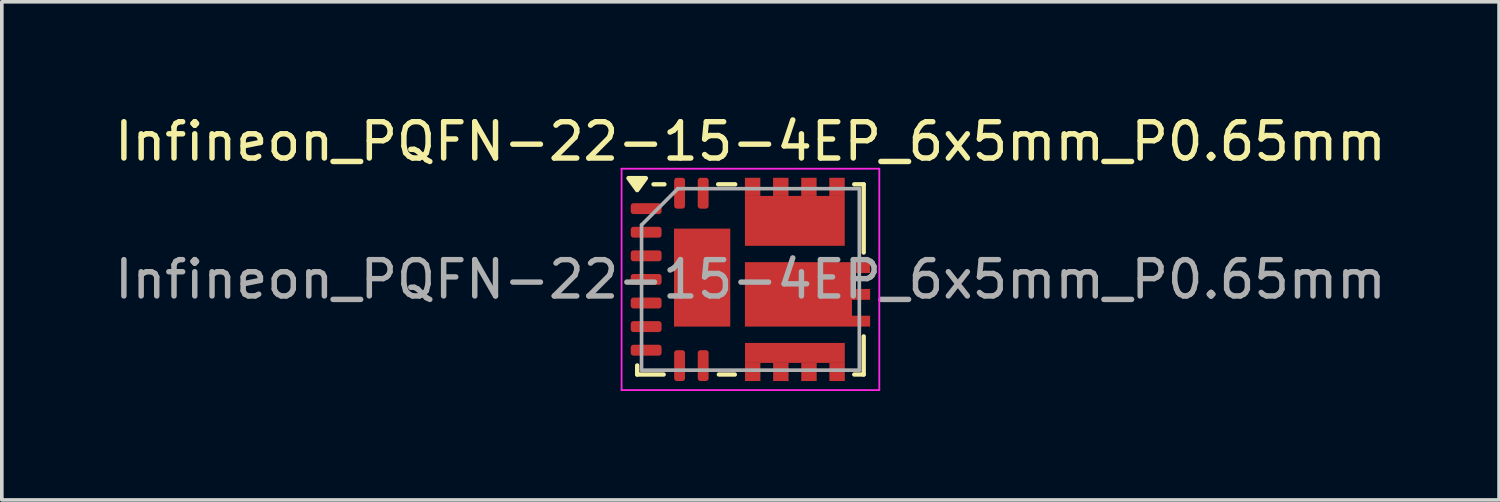
<source format=kicad_pcb>
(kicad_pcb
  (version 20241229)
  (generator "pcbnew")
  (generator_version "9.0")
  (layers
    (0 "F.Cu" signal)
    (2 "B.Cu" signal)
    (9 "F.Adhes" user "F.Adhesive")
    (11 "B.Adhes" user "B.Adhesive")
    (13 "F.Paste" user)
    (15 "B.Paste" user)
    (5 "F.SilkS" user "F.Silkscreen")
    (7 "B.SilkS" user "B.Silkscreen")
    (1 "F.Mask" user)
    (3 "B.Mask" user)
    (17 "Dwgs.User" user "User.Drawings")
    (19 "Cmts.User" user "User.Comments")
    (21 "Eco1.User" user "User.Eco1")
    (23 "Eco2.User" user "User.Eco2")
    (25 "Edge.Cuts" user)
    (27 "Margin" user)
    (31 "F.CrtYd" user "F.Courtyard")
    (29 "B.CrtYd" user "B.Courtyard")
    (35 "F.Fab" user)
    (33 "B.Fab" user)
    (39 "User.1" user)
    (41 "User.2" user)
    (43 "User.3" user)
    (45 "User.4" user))
  (footprint "Infineon_PQFN-22-15-4EP_6x5mm_P0.65mm"
    (layer "F.Cu")
    (at 17.625 4.648)
    (property "Reference" "Infineon_PQFN-22-15-4EP_6x5mm_P0.65mm" (at 0 -3.8 0) (layer "F.SilkS") (effects (font (size 1 1) (thickness 0.15))))
    (attr smd)
    (fp_line (start -3.12 2.62) (end -3.12 2.37) (stroke (width 0.12) (type solid)) (layer "F.SilkS"))
    (fp_line (start -2.39 2.62) (end -3.12 2.62) (stroke (width 0.12) (type solid)) (layer "F.SilkS"))
    (fp_line (start -2.37 -2.62) (end -2.67 -2.62) (stroke (width 0.12) (type solid)) (layer "F.SilkS"))
    (fp_line (start -0.89 -2.62) (end -0.42 -2.62) (stroke (width 0.12) (type solid)) (layer "F.SilkS"))
    (fp_line (start -0.87 2.62) (end -0.43 2.62) (stroke (width 0.12) (type solid)) (layer "F.SilkS"))
    (fp_line (start 3.12 -2.62) (end 2.86 -2.62) (stroke (width 0.12) (type solid)) (layer "F.SilkS"))
    (fp_line (start 3.12 -2.62) (end 3.12 -0.74) (stroke (width 0.12) (type solid)) (layer "F.SilkS"))
    (fp_line (start 3.12 1.57) (end 3.12 2.62) (stroke (width 0.12) (type solid)) (layer "F.SilkS"))
    (fp_line (start 3.12 2.62) (end 2.86 2.62) (stroke (width 0.12) (type solid)) (layer "F.SilkS"))
    (fp_poly (pts (xy -3.12 -2.46) (xy -3.36 -2.79) (xy -2.88 -2.79) (xy -3.12 -2.46)) (stroke (width 0.12) (type solid)) (fill yes) (layer "F.SilkS"))
    (fp_line (start -3.55 -3.05) (end -3.55 3.05) (stroke (width 0.05) (type solid)) (layer "F.CrtYd"))
    (fp_line (start -3.55 3.05) (end 3.55 3.05) (stroke (width 0.05) (type solid)) (layer "F.CrtYd"))
    (fp_line (start 3.55 -3.05) (end -3.55 -3.05) (stroke (width 0.05) (type solid)) (layer "F.CrtYd"))
    (fp_line (start 3.55 3.05) (end 3.55 -3.05) (stroke (width 0.05) (type solid)) (layer "F.CrtYd"))
    (fp_line (start -3 2.5) (end -3 -1.5) (stroke (width 0.1) (type solid)) (layer "F.Fab"))
    (fp_line (start -2 -2.5) (end -3 -1.5) (stroke (width 0.1) (type solid)) (layer "F.Fab"))
    (fp_line (start -2 -2.5) (end 3 -2.5) (stroke (width 0.1) (type solid)) (layer "F.Fab"))
    (fp_line (start 3 -2.5) (end 3 2.5) (stroke (width 0.1) (type solid)) (layer "F.Fab"))
    (fp_line (start 3 2.5) (end -3 2.5) (stroke (width 0.1) (type solid)) (layer "F.Fab"))
    (fp_text user "${REFERENCE}" (at 0 0 0) (layer "F.Fab") (effects (font (size 1 1) (thickness 0.15))))
    (pad "" smd roundrect (at -2.873 -1.95) (size 0.8 0.27) (layers "F.Paste") (roundrect_rratio 0.25))
    (pad "" smd roundrect (at -2.873 -1.3) (size 0.8 0.27) (layers "F.Paste") (roundrect_rratio 0.25))
    (pad "" smd roundrect (at -2.873 -0.65) (size 0.8 0.27) (layers "F.Paste") (roundrect_rratio 0.25))
    (pad "" smd roundrect (at -2.873 0) (size 0.8 0.27) (layers "F.Paste") (roundrect_rratio 0.25))
    (pad "" smd roundrect (at -2.873 0.65) (size 0.8 0.27) (layers "F.Paste") (roundrect_rratio 0.25))
    (pad "" smd roundrect (at -2.873 1.3) (size 0.8 0.27) (layers "F.Paste") (roundrect_rratio 0.25))
    (pad "" smd roundrect (at -2.873 1.95) (size 0.8 0.27) (layers "F.Paste") (roundrect_rratio 0.25))
    (pad "" smd roundrect (at -1.952 -2.37) (size 0.27 0.8) (layers "F.Paste") (roundrect_rratio 0.25))
    (pad "" smd roundrect (at -1.952 2.37) (size 0.27 0.8) (layers "F.Paste") (roundrect_rratio 0.25))
    (pad "" smd roundrect (at -1.752 -0.795) (size 0.7 1.22) (layers "F.Paste") (roundrect_rratio 0.25))
    (pad "" smd roundrect (at -1.752 0.695) (size 0.7 1.22) (layers "F.Paste") (roundrect_rratio 0.25))
    (pad "" smd roundrect (at -1.302 -2.37) (size 0.27 0.8) (layers "F.Paste") (roundrect_rratio 0.25))
    (pad "" smd roundrect (at -1.302 2.37) (size 0.27 0.8) (layers "F.Paste") (roundrect_rratio 0.25))
    (pad "" smd roundrect (at -0.902 -0.795) (size 0.7 1.22) (layers "F.Paste") (roundrect_rratio 0.25))
    (pad "" smd roundrect (at -0.902 0.695) (size 0.7 1.22) (layers "F.Paste") (roundrect_rratio 0.25))
    (pad "" smd roundrect (at 0.06 -2.4) (size 0.425 0.625) (layers "F.Paste") (roundrect_rratio 0.25))
    (pad "" smd roundrect (at 0.062 2.22) (size 0.425 0.625) (layers "F.Paste") (roundrect_rratio 0.25))
    (pad "" smd roundrect (at 0.468 0.412) (size 1.24 1.78) (layers "F.Paste") (roundrect_rratio 0.25))
    (pad "" smd roundrect (at 0.527 -1.45) (size 1.25 0.96) (layers "F.Paste") (roundrect_rratio 0.25))
    (pad "" smd roundrect (at 0.836 -2.4) (size 0.425 0.625) (layers "F.Paste") (roundrect_rratio 0.25))
    (pad "" smd roundrect (at 0.838 2.22) (size 0.425 0.625) (layers "F.Paste") (roundrect_rratio 0.25))
    (pad "" smd roundrect (at 1.611 -2.4) (size 0.425 0.625) (layers "F.Paste") (roundrect_rratio 0.25))
    (pad "" smd roundrect (at 1.613 2.22) (size 0.425 0.625) (layers "F.Paste") (roundrect_rratio 0.25))
    (pad "" smd roundrect (at 1.847 0.412) (size 1.24 1.78) (layers "F.Paste") (roundrect_rratio 0.25))
    (pad "" smd roundrect (at 1.927 -1.45) (size 1.25 0.96) (layers "F.Paste") (roundrect_rratio 0.25))
    (pad "" smd roundrect (at 2.385 -2.4) (size 0.425 0.625) (layers "F.Paste") (roundrect_rratio 0.25))
    (pad "" smd roundrect (at 2.388 2.22) (size 0.425 0.625) (layers "F.Paste") (roundrect_rratio 0.25))
    (pad "" smd roundrect (at 2.908 -0.328) (size 0.625 0.29) (layers "F.Paste") (roundrect_rratio 0.25))
    (pad "" smd roundrect (at 2.908 0.412) (size 0.625 0.29) (layers "F.Paste") (roundrect_rratio 0.25))
    (pad "" smd roundrect (at 2.908 1.153) (size 0.625 0.29) (layers "F.Paste") (roundrect_rratio 0.25))
    (pad "1" smd roundrect (at -2.873 -1.95) (size 0.85 0.3) (layers "F.Cu" "F.Mask") (roundrect_rratio 0.25))
    (pad "2" smd roundrect (at -2.873 -1.3) (size 0.85 0.3) (layers "F.Cu" "F.Mask") (roundrect_rratio 0.25))
    (pad "3" smd roundrect (at -2.873 -0.65) (size 0.85 0.3) (layers "F.Cu" "F.Mask") (roundrect_rratio 0.25))
    (pad "4" smd roundrect (at -2.873 0) (size 0.85 0.3) (layers "F.Cu" "F.Mask") (roundrect_rratio 0.25))
    (pad "5" smd roundrect (at -2.873 0.65) (size 0.85 0.3) (layers "F.Cu" "F.Mask") (roundrect_rratio 0.25))
    (pad "6" smd roundrect (at -2.873 1.3) (size 0.85 0.3) (layers "F.Cu" "F.Mask") (roundrect_rratio 0.25))
    (pad "7" smd roundrect (at -2.873 1.95) (size 0.85 0.3) (layers "F.Cu" "F.Mask") (roundrect_rratio 0.25))
    (pad "8" smd roundrect (at -1.952 2.375) (size 0.3 0.85) (layers "F.Cu" "F.Mask") (roundrect_rratio 0.25))
    (pad "9" smd roundrect (at -1.302 2.375) (size 0.3 0.85) (layers "F.Cu" "F.Mask") (roundrect_rratio 0.25))
    (pad "10" smd rect (at 0.062 2.55) (size 0.425 0.5) (layers "F.Cu" "F.Mask"))
    (pad "10" smd rect (at 0.838 2.55) (size 0.425 0.5) (layers "F.Cu" "F.Mask"))
    (pad "10" smd rect (at 1.225 2.025) (size 2.75 0.55) (layers "F.Cu" "F.Mask"))
    (pad "10" smd rect (at 1.613 2.55) (size 0.425 0.5) (layers "F.Cu" "F.Mask"))
    (pad "10" smd rect (at 2.388 2.55) (size 0.425 0.5) (layers "F.Cu" "F.Mask"))
    (pad "11" smd rect (at 1.323 0.412) (size 2.95 1.775) (layers "F.Cu" "F.Mask"))
    (pad "11" smd rect (at 3.047 -0.325) (size 0.5 0.299) (layers "F.Cu" "F.Mask"))
    (pad "11" smd rect (at 3.047 0.412) (size 0.5 0.3) (layers "F.Cu" "F.Mask"))
    (pad "11" smd rect (at 3.047 1.15) (size 0.5 0.299) (layers "F.Cu" "F.Mask"))
    (pad "12" smd rect (at 0.06 -2.55) (size 0.425 0.5) (layers "F.Cu" "F.Mask"))
    (pad "12" smd rect (at 0.836 -2.55) (size 0.425 0.5) (layers "F.Cu" "F.Mask"))
    (pad "12" smd rect (at 1.223 -1.613) (size 2.75 1.375) (layers "F.Cu" "F.Mask"))
    (pad "12" smd rect (at 1.611 -2.55) (size 0.425 0.5) (layers "F.Cu" "F.Mask"))
    (pad "12" smd rect (at 2.385 -2.55) (size 0.425 0.5) (layers "F.Cu" "F.Mask"))
    (pad "13" smd roundrect (at -1.302 -2.375) (size 0.3 0.85) (layers "F.Cu" "F.Mask") (roundrect_rratio 0.25))
    (pad "14" smd roundrect (at -1.952 -2.375) (size 0.3 0.85) (layers "F.Cu" "F.Mask") (roundrect_rratio 0.25))
    (pad "15" smd rect (at -1.331 -0.05) (size 1.55 2.7) (layers "F.Cu" "F.Mask")))
  (gr_rect
    (start -3 -3)
    (end 38.25 10.723)
    (stroke (width 0.1) (type default))
    (fill no)
    (layer "Edge.Cuts")))
</source>
